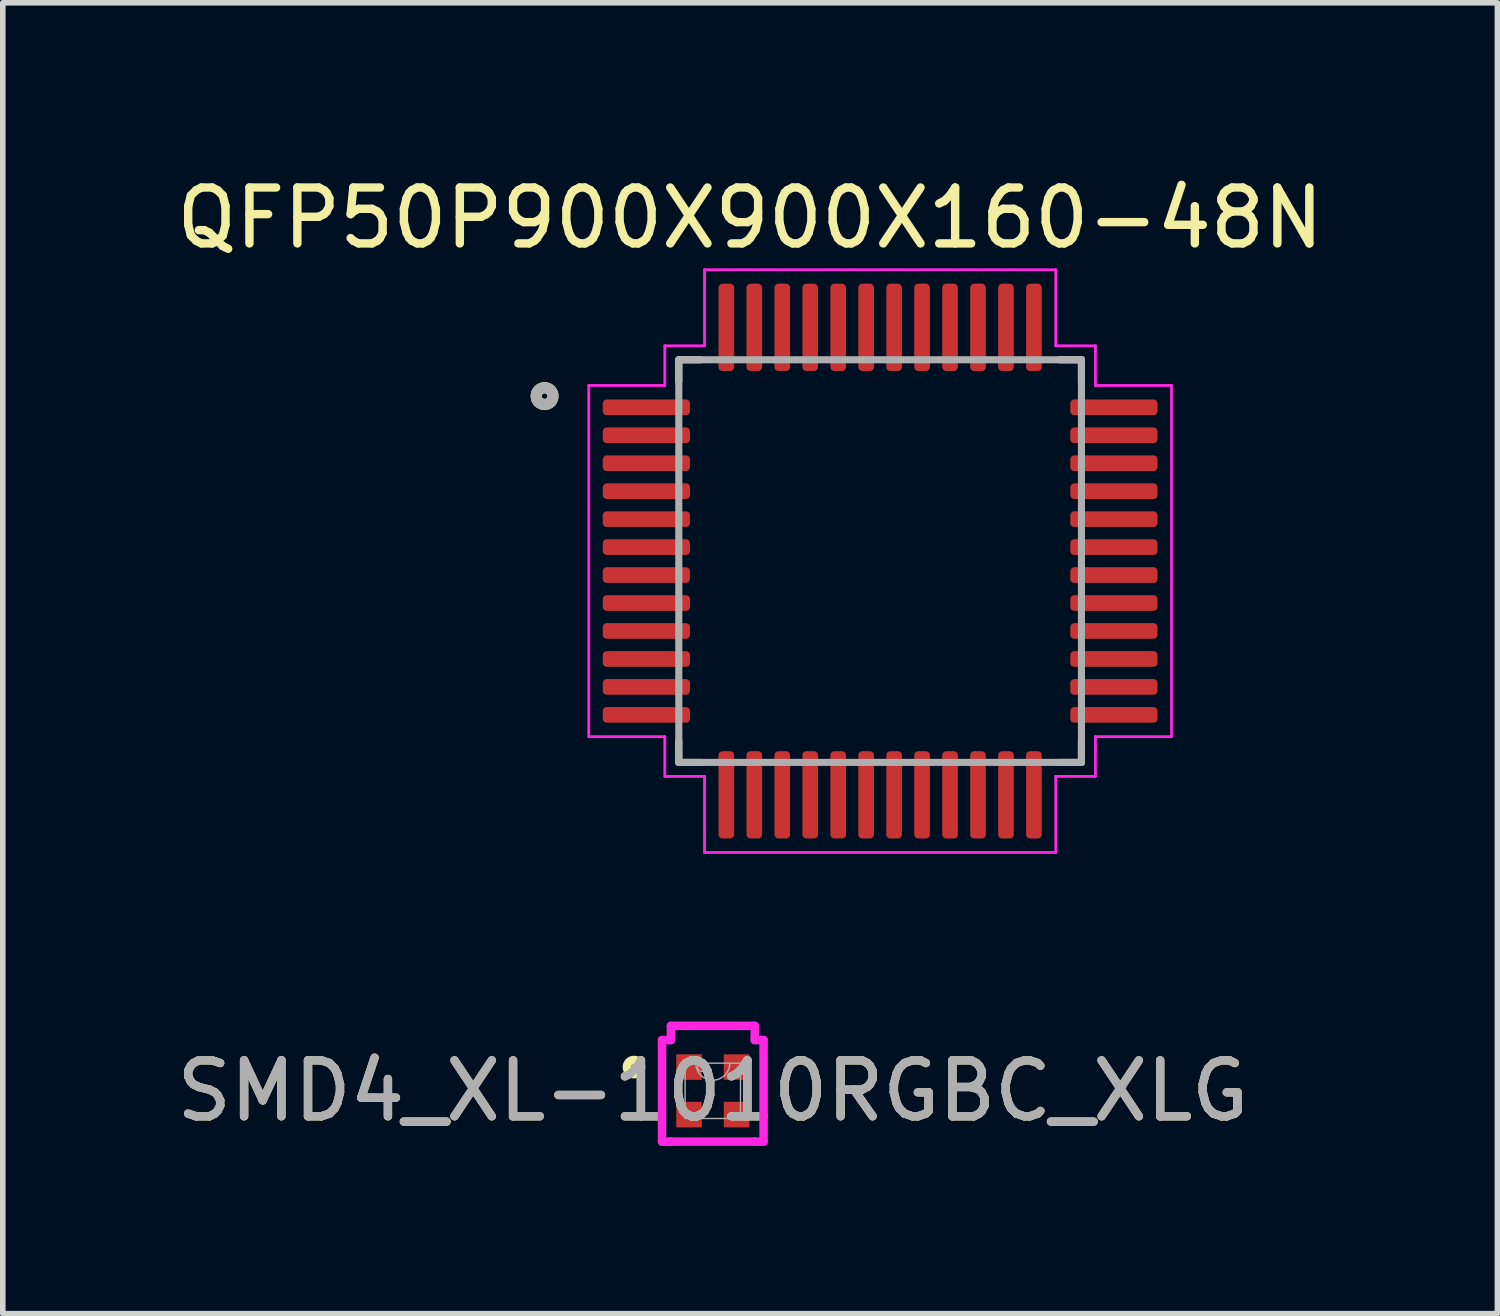
<source format=kicad_pcb>
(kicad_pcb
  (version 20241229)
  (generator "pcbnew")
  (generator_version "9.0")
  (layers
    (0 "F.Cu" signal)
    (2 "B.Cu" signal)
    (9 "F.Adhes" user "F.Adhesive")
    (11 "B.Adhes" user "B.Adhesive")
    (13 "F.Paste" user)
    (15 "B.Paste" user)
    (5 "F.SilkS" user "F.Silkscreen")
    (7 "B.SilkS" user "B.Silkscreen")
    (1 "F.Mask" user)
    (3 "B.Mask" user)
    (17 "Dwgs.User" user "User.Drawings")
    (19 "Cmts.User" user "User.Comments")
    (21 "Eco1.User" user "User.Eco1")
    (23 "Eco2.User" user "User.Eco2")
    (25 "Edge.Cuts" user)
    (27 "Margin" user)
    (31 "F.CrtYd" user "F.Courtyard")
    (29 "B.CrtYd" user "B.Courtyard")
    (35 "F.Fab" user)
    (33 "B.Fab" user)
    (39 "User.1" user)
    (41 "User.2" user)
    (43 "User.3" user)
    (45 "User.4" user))
  (footprint "QFP50P900X900X160-48N"
    (layer "F.Cu")
    (at 12.688 6.983)
    (property "Reference" "QFP50P900X900X160-48N" (at -2.325 -6.135 0) (layer "F.SilkS") (effects (font (size 1 1) (thickness 0.15))))
    (attr smd)
    (fp_line (start -3.6 -3.6) (end -3.6 -3.21) (stroke (width 0.127) (type solid)) (layer "F.SilkS"))
    (fp_line (start -3.6 3.21) (end -3.6 3.6) (stroke (width 0.127) (type solid)) (layer "F.SilkS"))
    (fp_line (start -3.6 3.6) (end -3.21 3.6) (stroke (width 0.127) (type solid)) (layer "F.SilkS"))
    (fp_line (start -3.21 -3.6) (end -3.6 -3.6) (stroke (width 0.127) (type solid)) (layer "F.SilkS"))
    (fp_line (start 3.21 3.6) (end 3.6 3.6) (stroke (width 0.127) (type solid)) (layer "F.SilkS"))
    (fp_line (start 3.6 -3.6) (end 3.21 -3.6) (stroke (width 0.127) (type solid)) (layer "F.SilkS"))
    (fp_line (start 3.6 -3.21) (end 3.6 -3.6) (stroke (width 0.127) (type solid)) (layer "F.SilkS"))
    (fp_line (start 3.6 3.6) (end 3.6 3.21) (stroke (width 0.127) (type solid)) (layer "F.SilkS"))
    (fp_circle (center -6 -2.95) (end -5.85 -2.95) (stroke (width 0.2) (type solid)) (fill no) (layer "F.SilkS"))
    (fp_line (start -5.21 -3.14) (end -3.85 -3.14) (stroke (width 0.05) (type solid)) (layer "F.CrtYd"))
    (fp_line (start -5.21 3.14) (end -5.21 -3.14) (stroke (width 0.05) (type solid)) (layer "F.CrtYd"))
    (fp_line (start -3.85 -3.85) (end -3.14 -3.85) (stroke (width 0.05) (type solid)) (layer "F.CrtYd"))
    (fp_line (start -3.85 -3.14) (end -3.85 -3.85) (stroke (width 0.05) (type solid)) (layer "F.CrtYd"))
    (fp_line (start -3.85 3.14) (end -5.21 3.14) (stroke (width 0.05) (type solid)) (layer "F.CrtYd"))
    (fp_line (start -3.85 3.85) (end -3.85 3.14) (stroke (width 0.05) (type solid)) (layer "F.CrtYd"))
    (fp_line (start -3.14 -5.21) (end 3.14 -5.21) (stroke (width 0.05) (type solid)) (layer "F.CrtYd"))
    (fp_line (start -3.14 -3.85) (end -3.14 -5.21) (stroke (width 0.05) (type solid)) (layer "F.CrtYd"))
    (fp_line (start -3.14 3.85) (end -3.85 3.85) (stroke (width 0.05) (type solid)) (layer "F.CrtYd"))
    (fp_line (start -3.14 5.21) (end -3.14 3.85) (stroke (width 0.05) (type solid)) (layer "F.CrtYd"))
    (fp_line (start 3.14 -5.21) (end 3.14 -3.85) (stroke (width 0.05) (type solid)) (layer "F.CrtYd"))
    (fp_line (start 3.14 -3.85) (end 3.85 -3.85) (stroke (width 0.05) (type solid)) (layer "F.CrtYd"))
    (fp_line (start 3.14 3.85) (end 3.14 5.21) (stroke (width 0.05) (type solid)) (layer "F.CrtYd"))
    (fp_line (start 3.14 5.21) (end -3.14 5.21) (stroke (width 0.05) (type solid)) (layer "F.CrtYd"))
    (fp_line (start 3.85 -3.85) (end 3.85 -3.14) (stroke (width 0.05) (type solid)) (layer "F.CrtYd"))
    (fp_line (start 3.85 -3.14) (end 5.21 -3.14) (stroke (width 0.05) (type solid)) (layer "F.CrtYd"))
    (fp_line (start 3.85 3.14) (end 3.85 3.85) (stroke (width 0.05) (type solid)) (layer "F.CrtYd"))
    (fp_line (start 3.85 3.85) (end 3.14 3.85) (stroke (width 0.05) (type solid)) (layer "F.CrtYd"))
    (fp_line (start 5.21 -3.14) (end 5.21 3.14) (stroke (width 0.05) (type solid)) (layer "F.CrtYd"))
    (fp_line (start 5.21 3.14) (end 3.85 3.14) (stroke (width 0.05) (type solid)) (layer "F.CrtYd"))
    (fp_line (start -3.6 -3.6) (end 3.6 -3.6) (stroke (width 0.127) (type solid)) (layer "F.Fab"))
    (fp_line (start -3.6 3.6) (end -3.6 -3.6) (stroke (width 0.127) (type solid)) (layer "F.Fab"))
    (fp_line (start 3.6 -3.6) (end 3.6 3.6) (stroke (width 0.127) (type solid)) (layer "F.Fab"))
    (fp_line (start 3.6 3.6) (end -3.6 3.6) (stroke (width 0.127) (type solid)) (layer "F.Fab"))
    (fp_circle (center -6 -2.95) (end -5.85 -2.95) (stroke (width 0.2) (type solid)) (fill no) (layer "F.Fab"))
    (pad "1" smd roundrect (at -4.18 -2.75) (size 1.56 0.28) (layers "F.Cu" "F.Mask" "F.Paste") (roundrect_rratio 0.25))
    (pad "2" smd roundrect (at -4.18 -2.25) (size 1.56 0.28) (layers "F.Cu" "F.Mask" "F.Paste") (roundrect_rratio 0.25))
    (pad "3" smd roundrect (at -4.18 -1.75) (size 1.56 0.28) (layers "F.Cu" "F.Mask" "F.Paste") (roundrect_rratio 0.25))
    (pad "4" smd roundrect (at -4.18 -1.25) (size 1.56 0.28) (layers "F.Cu" "F.Mask" "F.Paste") (roundrect_rratio 0.25))
    (pad "5" smd roundrect (at -4.18 -0.75) (size 1.56 0.28) (layers "F.Cu" "F.Mask" "F.Paste") (roundrect_rratio 0.25))
    (pad "6" smd roundrect (at -4.18 -0.25) (size 1.56 0.28) (layers "F.Cu" "F.Mask" "F.Paste") (roundrect_rratio 0.25))
    (pad "7" smd roundrect (at -4.18 0.25) (size 1.56 0.28) (layers "F.Cu" "F.Mask" "F.Paste") (roundrect_rratio 0.25))
    (pad "8" smd roundrect (at -4.18 0.75) (size 1.56 0.28) (layers "F.Cu" "F.Mask" "F.Paste") (roundrect_rratio 0.25))
    (pad "9" smd roundrect (at -4.18 1.25) (size 1.56 0.28) (layers "F.Cu" "F.Mask" "F.Paste") (roundrect_rratio 0.25))
    (pad "10" smd roundrect (at -4.18 1.75) (size 1.56 0.28) (layers "F.Cu" "F.Mask" "F.Paste") (roundrect_rratio 0.25))
    (pad "11" smd roundrect (at -4.18 2.25) (size 1.56 0.28) (layers "F.Cu" "F.Mask" "F.Paste") (roundrect_rratio 0.25))
    (pad "12" smd roundrect (at -4.18 2.75) (size 1.56 0.28) (layers "F.Cu" "F.Mask" "F.Paste") (roundrect_rratio 0.25))
    (pad "13" smd roundrect (at -2.75 4.18) (size 0.28 1.56) (layers "F.Cu" "F.Mask" "F.Paste") (roundrect_rratio 0.25))
    (pad "14" smd roundrect (at -2.25 4.18) (size 0.28 1.56) (layers "F.Cu" "F.Mask" "F.Paste") (roundrect_rratio 0.25))
    (pad "15" smd roundrect (at -1.75 4.18) (size 0.28 1.56) (layers "F.Cu" "F.Mask" "F.Paste") (roundrect_rratio 0.25))
    (pad "16" smd roundrect (at -1.25 4.18) (size 0.28 1.56) (layers "F.Cu" "F.Mask" "F.Paste") (roundrect_rratio 0.25))
    (pad "17" smd roundrect (at -0.75 4.18) (size 0.28 1.56) (layers "F.Cu" "F.Mask" "F.Paste") (roundrect_rratio 0.25))
    (pad "18" smd roundrect (at -0.25 4.18) (size 0.28 1.56) (layers "F.Cu" "F.Mask" "F.Paste") (roundrect_rratio 0.25))
    (pad "19" smd roundrect (at 0.25 4.18) (size 0.28 1.56) (layers "F.Cu" "F.Mask" "F.Paste") (roundrect_rratio 0.25))
    (pad "20" smd roundrect (at 0.75 4.18) (size 0.28 1.56) (layers "F.Cu" "F.Mask" "F.Paste") (roundrect_rratio 0.25))
    (pad "21" smd roundrect (at 1.25 4.18) (size 0.28 1.56) (layers "F.Cu" "F.Mask" "F.Paste") (roundrect_rratio 0.25))
    (pad "22" smd roundrect (at 1.75 4.18) (size 0.28 1.56) (layers "F.Cu" "F.Mask" "F.Paste") (roundrect_rratio 0.25))
    (pad "23" smd roundrect (at 2.25 4.18) (size 0.28 1.56) (layers "F.Cu" "F.Mask" "F.Paste") (roundrect_rratio 0.25))
    (pad "24" smd roundrect (at 2.75 4.18) (size 0.28 1.56) (layers "F.Cu" "F.Mask" "F.Paste") (roundrect_rratio 0.25))
    (pad "25" smd roundrect (at 4.18 2.75) (size 1.56 0.28) (layers "F.Cu" "F.Mask" "F.Paste") (roundrect_rratio 0.25))
    (pad "26" smd roundrect (at 4.18 2.25) (size 1.56 0.28) (layers "F.Cu" "F.Mask" "F.Paste") (roundrect_rratio 0.25))
    (pad "27" smd roundrect (at 4.18 1.75) (size 1.56 0.28) (layers "F.Cu" "F.Mask" "F.Paste") (roundrect_rratio 0.25))
    (pad "28" smd roundrect (at 4.18 1.25) (size 1.56 0.28) (layers "F.Cu" "F.Mask" "F.Paste") (roundrect_rratio 0.25))
    (pad "29" smd roundrect (at 4.18 0.75) (size 1.56 0.28) (layers "F.Cu" "F.Mask" "F.Paste") (roundrect_rratio 0.25))
    (pad "30" smd roundrect (at 4.18 0.25) (size 1.56 0.28) (layers "F.Cu" "F.Mask" "F.Paste") (roundrect_rratio 0.25))
    (pad "31" smd roundrect (at 4.18 -0.25) (size 1.56 0.28) (layers "F.Cu" "F.Mask" "F.Paste") (roundrect_rratio 0.25))
    (pad "32" smd roundrect (at 4.18 -0.75) (size 1.56 0.28) (layers "F.Cu" "F.Mask" "F.Paste") (roundrect_rratio 0.25))
    (pad "33" smd roundrect (at 4.18 -1.25) (size 1.56 0.28) (layers "F.Cu" "F.Mask" "F.Paste") (roundrect_rratio 0.25))
    (pad "34" smd roundrect (at 4.18 -1.75) (size 1.56 0.28) (layers "F.Cu" "F.Mask" "F.Paste") (roundrect_rratio 0.25))
    (pad "35" smd roundrect (at 4.18 -2.25) (size 1.56 0.28) (layers "F.Cu" "F.Mask" "F.Paste") (roundrect_rratio 0.25))
    (pad "36" smd roundrect (at 4.18 -2.75) (size 1.56 0.28) (layers "F.Cu" "F.Mask" "F.Paste") (roundrect_rratio 0.25))
    (pad "37" smd roundrect (at 2.75 -4.18) (size 0.28 1.56) (layers "F.Cu" "F.Mask" "F.Paste") (roundrect_rratio 0.25))
    (pad "38" smd roundrect (at 2.25 -4.18) (size 0.28 1.56) (layers "F.Cu" "F.Mask" "F.Paste") (roundrect_rratio 0.25))
    (pad "39" smd roundrect (at 1.75 -4.18) (size 0.28 1.56) (layers "F.Cu" "F.Mask" "F.Paste") (roundrect_rratio 0.25))
    (pad "40" smd roundrect (at 1.25 -4.18) (size 0.28 1.56) (layers "F.Cu" "F.Mask" "F.Paste") (roundrect_rratio 0.25))
    (pad "41" smd roundrect (at 0.75 -4.18) (size 0.28 1.56) (layers "F.Cu" "F.Mask" "F.Paste") (roundrect_rratio 0.25))
    (pad "42" smd roundrect (at 0.25 -4.18) (size 0.28 1.56) (layers "F.Cu" "F.Mask" "F.Paste") (roundrect_rratio 0.25))
    (pad "43" smd roundrect (at -0.25 -4.18) (size 0.28 1.56) (layers "F.Cu" "F.Mask" "F.Paste") (roundrect_rratio 0.25))
    (pad "44" smd roundrect (at -0.75 -4.18) (size 0.28 1.56) (layers "F.Cu" "F.Mask" "F.Paste") (roundrect_rratio 0.25))
    (pad "45" smd roundrect (at -1.25 -4.18) (size 0.28 1.56) (layers "F.Cu" "F.Mask" "F.Paste") (roundrect_rratio 0.25))
    (pad "46" smd roundrect (at -1.75 -4.18) (size 0.28 1.56) (layers "F.Cu" "F.Mask" "F.Paste") (roundrect_rratio 0.25))
    (pad "47" smd roundrect (at -2.25 -4.18) (size 0.28 1.56) (layers "F.Cu" "F.Mask" "F.Paste") (roundrect_rratio 0.25))
    (pad "48" smd roundrect (at -2.75 -4.18) (size 0.28 1.56) (layers "F.Cu" "F.Mask" "F.Paste") (roundrect_rratio 0.25)))
  (footprint "SMD4_XL-1010RGBC_XLG"
    (layer "F.Cu")
    (at 9.696 16.456)
    (property "Reference" "SMD4_XL-1010RGBC_XLG" (at 0 0 0) (unlocked yes) (layer "F.SilkS") (effects (font (size 1 1) (thickness 0.15))))
    (attr smd)
    (fp_circle (center -1.409 -0.425) (end -1.282 -0.425) (stroke (width 0.152) (type solid)) (fill no) (layer "F.SilkS"))
    (fp_line (start -0.908 -0.908) (end -0.749 -0.908) (stroke (width 0.152) (type solid)) (layer "F.CrtYd"))
    (fp_line (start -0.908 0.908) (end -0.908 -0.908) (stroke (width 0.152) (type solid)) (layer "F.CrtYd"))
    (fp_line (start -0.908 0.908) (end -0.749 0.908) (stroke (width 0.152) (type solid)) (layer "F.CrtYd"))
    (fp_line (start -0.749 -1.162) (end 0.749 -1.162) (stroke (width 0.152) (type solid)) (layer "F.CrtYd"))
    (fp_line (start -0.749 -0.908) (end -0.749 -1.162) (stroke (width 0.152) (type solid)) (layer "F.CrtYd"))
    (fp_line (start -0.749 0.908) (end -0.749 0.908) (stroke (width 0.152) (type solid)) (layer "F.CrtYd"))
    (fp_line (start 0.749 -1.162) (end 0.749 -0.908) (stroke (width 0.152) (type solid)) (layer "F.CrtYd"))
    (fp_line (start 0.749 0.908) (end -0.749 0.908) (stroke (width 0.152) (type solid)) (layer "F.CrtYd"))
    (fp_line (start 0.749 0.908) (end 0.749 0.908) (stroke (width 0.152) (type solid)) (layer "F.CrtYd"))
    (fp_line (start 0.908 -0.908) (end 0.749 -0.908) (stroke (width 0.152) (type solid)) (layer "F.CrtYd"))
    (fp_line (start 0.908 -0.908) (end 0.908 0.908) (stroke (width 0.152) (type solid)) (layer "F.CrtYd"))
    (fp_line (start 0.908 0.908) (end 0.749 0.908) (stroke (width 0.152) (type solid)) (layer "F.CrtYd"))
    (fp_line (start -0.495 -0.495) (end -0.495 0.495) (stroke (width 0.025) (type solid)) (layer "F.Fab"))
    (fp_line (start -0.495 0.495) (end 0.495 0.495) (stroke (width 0.025) (type solid)) (layer "F.Fab"))
    (fp_line (start 0.495 -0.495) (end -0.495 -0.495) (stroke (width 0.025) (type solid)) (layer "F.Fab"))
    (fp_line (start 0.495 0.495) (end 0.495 -0.495) (stroke (width 0.025) (type solid)) (layer "F.Fab"))
    (fp_arc (start 0.3048 -0.4953) (mid 0 -0.1905) (end -0.3048 -0.4953) (stroke (width 0.0254) (type solid)) (layer "F.Fab"))
    (fp_circle (center -0.196 -0.425) (end -0.12 -0.425) (stroke (width 0.025) (type solid)) (fill no) (layer "F.Fab"))
    (fp_text user "${REFERENCE}" (at 0 0 0) (unlocked yes) (layer "F.Fab") (effects (font (size 1 1) (thickness 0.15))))
    (pad "1" smd rect (at -0.425 -0.425) (size 0.457 0.457) (layers "F.Cu" "F.Mask" "F.Paste"))
    (pad "2" smd rect (at 0.425 -0.425) (size 0.457 0.457) (layers "F.Cu" "F.Mask" "F.Paste"))
    (pad "3" smd rect (at -0.425 0.425) (size 0.457 0.457) (layers "F.Cu" "F.Mask" "F.Paste"))
    (pad "4" smd rect (at 0.425 0.425) (size 0.457 0.457) (layers "F.Cu" "F.Mask" "F.Paste")))
  (gr_rect
    (start -3 -3)
    (end 23.726 20.44)
    (stroke (width 0.1) (type default))
    (fill no)
    (layer "Edge.Cuts")))
</source>
